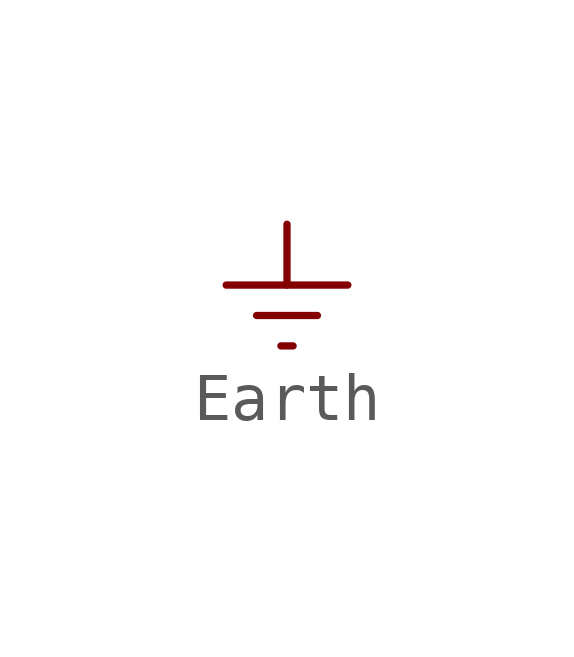
<source format=kicad_sym>
(kicad_symbol_lib
  (version 20231120)
  (generator "kicad_symbol_editor")
  (generator_version "8.0")
  (symbol "Earth"
    (power)
    (pin_numbers hide)
    (pin_names
      (offset 0) hide)
    (property "Reference" "#PWR"
      (at 0 -6 0)
      (effects (font (size 1.25 1.25)) (hide yes)))
    (symbol "Earth_0_1"
      (polyline (pts (xy -0.635 -1.905) (xy 0.635 -1.905)) (stroke (width 0) (type default)) (fill (type none)))
      (polyline (pts (xy -0.127 -2.54) (xy 0.127 -2.54)) (stroke (width 0) (type default)) (fill (type none)))
      (polyline (pts (xy 0 -1.27) (xy 0 0)) (stroke (width 0) (type default)) (fill (type none)))
      (polyline (pts (xy 1.27 -1.27) (xy -1.27 -1.27)) (stroke (width 0) (type default)) (fill (type none))))
    (symbol "Earth_1_1"
      (pin power_in line (at 0 0 270) (length 0) hide (name "Earth" (effects (font (size 1.25 1.25)))) (number "1" (effects (font (size 1.25 1.25))))))))
</source>
